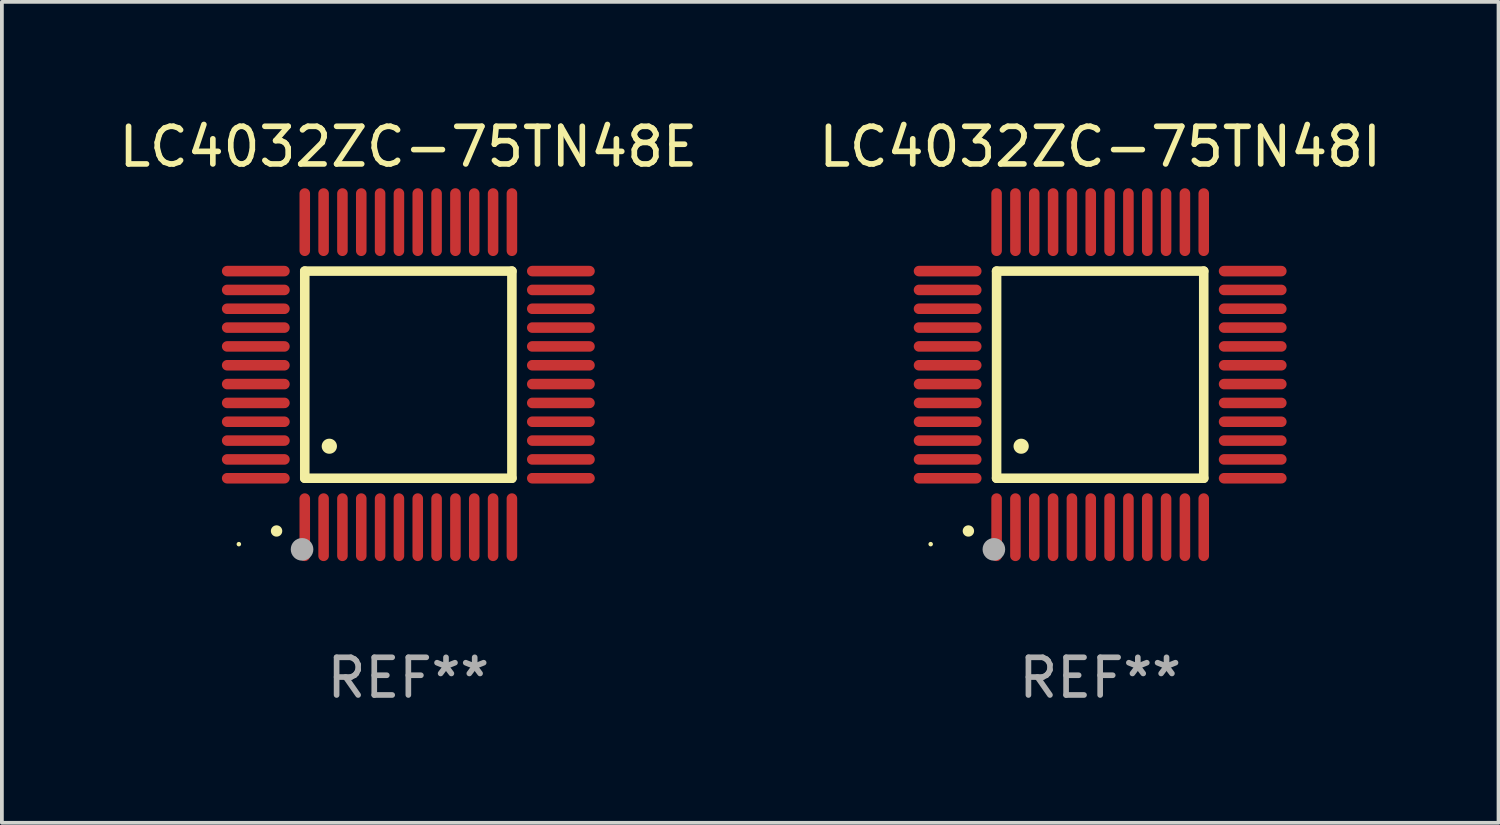
<source format=kicad_pcb>
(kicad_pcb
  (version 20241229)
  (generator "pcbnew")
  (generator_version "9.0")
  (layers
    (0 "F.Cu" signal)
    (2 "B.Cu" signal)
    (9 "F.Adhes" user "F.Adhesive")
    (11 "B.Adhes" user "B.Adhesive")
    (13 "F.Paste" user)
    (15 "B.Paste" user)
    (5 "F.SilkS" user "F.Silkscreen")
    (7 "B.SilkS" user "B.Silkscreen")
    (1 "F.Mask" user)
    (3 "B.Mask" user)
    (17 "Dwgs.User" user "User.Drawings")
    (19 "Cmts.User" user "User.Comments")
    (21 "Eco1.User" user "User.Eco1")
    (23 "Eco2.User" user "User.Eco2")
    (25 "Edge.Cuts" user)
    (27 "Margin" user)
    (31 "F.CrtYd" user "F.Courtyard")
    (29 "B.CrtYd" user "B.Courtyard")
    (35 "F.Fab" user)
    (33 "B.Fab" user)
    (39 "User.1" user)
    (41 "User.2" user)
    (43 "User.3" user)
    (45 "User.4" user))
  (footprint "LC4032ZC-75TN48E"
    (layer "F.Cu")
    (at 7.792 6.898)
    (property "Reference" "LC4032ZC-75TN48E" (at 0 -6.05 0) (layer "F.SilkS") (effects (font (size 1 1) (thickness 0.15))))
    (attr through_hole)
    (fp_line (start -2.75 -2.75) (end 2.75 -2.75) (stroke (width 0.254) (type solid)) (layer "F.SilkS"))
    (fp_line (start -2.75 2.75) (end -2.75 -2.75) (stroke (width 0.254) (type solid)) (layer "F.SilkS"))
    (fp_line (start 2.75 -2.75) (end 2.75 2.75) (stroke (width 0.254) (type solid)) (layer "F.SilkS"))
    (fp_line (start 2.75 2.75) (end -2.75 2.75) (stroke (width 0.254) (type solid)) (layer "F.SilkS"))
    (fp_arc (start -3.500127 4.150368) (mid -3.498857 4.150363) (end -3.497587 4.150368) (stroke (width 0.3) (type solid)) (layer "F.SilkS"))
    (fp_arc (start -2.100584 1.899924) (mid -2.098044 1.899908) (end -2.095504 1.899924) (stroke (width 0.4) (type solid)) (layer "F.SilkS"))
    (fp_circle (center -4.5 4.5) (end -4.47 4.5) (stroke (width 0.06) (type solid)) (fill no) (layer "F.SilkS"))
    (fp_circle (center -2.822 4.638) (end -2.672 4.638) (stroke (width 0.3) (type solid)) (fill no) (layer "F.Fab"))
    (fp_text user "REF**" (at 0 8.05 0) (layer "F.Fab") (effects (font (size 1 1) (thickness 0.15))))
    (pad "1" smd oval (at -2.75 4.05) (size 0.28 1.8) (layers "F.Cu" "F.Mask" "F.Paste"))
    (pad "2" smd oval (at -2.25 4.05) (size 0.28 1.8) (layers "F.Cu" "F.Mask" "F.Paste"))
    (pad "3" smd oval (at -1.75 4.05) (size 0.28 1.8) (layers "F.Cu" "F.Mask" "F.Paste"))
    (pad "4" smd oval (at -1.25 4.05) (size 0.28 1.8) (layers "F.Cu" "F.Mask" "F.Paste"))
    (pad "5" smd oval (at -0.75 4.05) (size 0.28 1.8) (layers "F.Cu" "F.Mask" "F.Paste"))
    (pad "6" smd oval (at -0.25 4.05) (size 0.28 1.8) (layers "F.Cu" "F.Mask" "F.Paste"))
    (pad "7" smd oval (at 0.25 4.05) (size 0.28 1.8) (layers "F.Cu" "F.Mask" "F.Paste"))
    (pad "8" smd oval (at 0.75 4.05) (size 0.28 1.8) (layers "F.Cu" "F.Mask" "F.Paste"))
    (pad "9" smd oval (at 1.25 4.05) (size 0.28 1.8) (layers "F.Cu" "F.Mask" "F.Paste"))
    (pad "10" smd oval (at 1.75 4.05) (size 0.28 1.8) (layers "F.Cu" "F.Mask" "F.Paste"))
    (pad "11" smd oval (at 2.25 4.05) (size 0.28 1.8) (layers "F.Cu" "F.Mask" "F.Paste"))
    (pad "12" smd oval (at 2.75 4.05) (size 0.28 1.8) (layers "F.Cu" "F.Mask" "F.Paste"))
    (pad "13" smd oval (at 4.05 2.75) (size 1.8 0.28) (layers "F.Cu" "F.Mask" "F.Paste"))
    (pad "14" smd oval (at 4.05 2.25) (size 1.8 0.28) (layers "F.Cu" "F.Mask" "F.Paste"))
    (pad "15" smd oval (at 4.05 1.75) (size 1.8 0.28) (layers "F.Cu" "F.Mask" "F.Paste"))
    (pad "16" smd oval (at 4.05 1.25) (size 1.8 0.28) (layers "F.Cu" "F.Mask" "F.Paste"))
    (pad "17" smd oval (at 4.05 0.75) (size 1.8 0.28) (layers "F.Cu" "F.Mask" "F.Paste"))
    (pad "18" smd oval (at 4.05 0.25) (size 1.8 0.28) (layers "F.Cu" "F.Mask" "F.Paste"))
    (pad "19" smd oval (at 4.05 -0.25) (size 1.8 0.28) (layers "F.Cu" "F.Mask" "F.Paste"))
    (pad "20" smd oval (at 4.05 -0.75) (size 1.8 0.28) (layers "F.Cu" "F.Mask" "F.Paste"))
    (pad "21" smd oval (at 4.05 -1.25) (size 1.8 0.28) (layers "F.Cu" "F.Mask" "F.Paste"))
    (pad "22" smd oval (at 4.05 -1.75) (size 1.8 0.28) (layers "F.Cu" "F.Mask" "F.Paste"))
    (pad "23" smd oval (at 4.05 -2.25) (size 1.8 0.28) (layers "F.Cu" "F.Mask" "F.Paste"))
    (pad "24" smd oval (at 4.05 -2.75) (size 1.8 0.28) (layers "F.Cu" "F.Mask" "F.Paste"))
    (pad "25" smd oval (at 2.75 -4.05) (size 0.28 1.8) (layers "F.Cu" "F.Mask" "F.Paste"))
    (pad "26" smd oval (at 2.25 -4.05) (size 0.28 1.8) (layers "F.Cu" "F.Mask" "F.Paste"))
    (pad "27" smd oval (at 1.75 -4.05) (size 0.28 1.8) (layers "F.Cu" "F.Mask" "F.Paste"))
    (pad "28" smd oval (at 1.25 -4.05) (size 0.28 1.8) (layers "F.Cu" "F.Mask" "F.Paste"))
    (pad "29" smd oval (at 0.75 -4.05) (size 0.28 1.8) (layers "F.Cu" "F.Mask" "F.Paste"))
    (pad "30" smd oval (at 0.25 -4.05) (size 0.28 1.8) (layers "F.Cu" "F.Mask" "F.Paste"))
    (pad "31" smd oval (at -0.25 -4.05) (size 0.28 1.8) (layers "F.Cu" "F.Mask" "F.Paste"))
    (pad "32" smd oval (at -0.75 -4.05) (size 0.28 1.8) (layers "F.Cu" "F.Mask" "F.Paste"))
    (pad "33" smd oval (at -1.25 -4.05) (size 0.28 1.8) (layers "F.Cu" "F.Mask" "F.Paste"))
    (pad "34" smd oval (at -1.75 -4.05) (size 0.28 1.8) (layers "F.Cu" "F.Mask" "F.Paste"))
    (pad "35" smd oval (at -2.25 -4.05) (size 0.28 1.8) (layers "F.Cu" "F.Mask" "F.Paste"))
    (pad "36" smd oval (at -2.75 -4.05) (size 0.28 1.8) (layers "F.Cu" "F.Mask" "F.Paste"))
    (pad "37" smd oval (at -4.05 -2.75) (size 1.8 0.28) (layers "F.Cu" "F.Mask" "F.Paste"))
    (pad "38" smd oval (at -4.05 -2.25) (size 1.8 0.28) (layers "F.Cu" "F.Mask" "F.Paste"))
    (pad "39" smd oval (at -4.05 -1.75) (size 1.8 0.28) (layers "F.Cu" "F.Mask" "F.Paste"))
    (pad "40" smd oval (at -4.05 -1.25) (size 1.8 0.28) (layers "F.Cu" "F.Mask" "F.Paste"))
    (pad "41" smd oval (at -4.05 -0.75) (size 1.8 0.28) (layers "F.Cu" "F.Mask" "F.Paste"))
    (pad "42" smd oval (at -4.05 -0.25) (size 1.8 0.28) (layers "F.Cu" "F.Mask" "F.Paste"))
    (pad "43" smd oval (at -4.05 0.25) (size 1.8 0.28) (layers "F.Cu" "F.Mask" "F.Paste"))
    (pad "44" smd oval (at -4.05 0.75) (size 1.8 0.28) (layers "F.Cu" "F.Mask" "F.Paste"))
    (pad "45" smd oval (at -4.05 1.25) (size 1.8 0.28) (layers "F.Cu" "F.Mask" "F.Paste"))
    (pad "46" smd oval (at -4.05 1.75) (size 1.8 0.28) (layers "F.Cu" "F.Mask" "F.Paste"))
    (pad "47" smd oval (at -4.05 2.25) (size 1.8 0.28) (layers "F.Cu" "F.Mask" "F.Paste"))
    (pad "48" smd oval (at -4.05 2.75) (size 1.8 0.28) (layers "F.Cu" "F.Mask" "F.Paste")))
  (footprint "LC4032ZC-75TN48I"
    (layer "F.Cu")
    (at 26.161 6.898)
    (property "Reference" "LC4032ZC-75TN48I" (at 0 -6.05 0) (layer "F.SilkS") (effects (font (size 1 1) (thickness 0.15))))
    (attr through_hole)
    (fp_line (start -2.75 -2.75) (end 2.75 -2.75) (stroke (width 0.254) (type solid)) (layer "F.SilkS"))
    (fp_line (start -2.75 2.75) (end -2.75 -2.75) (stroke (width 0.254) (type solid)) (layer "F.SilkS"))
    (fp_line (start 2.75 -2.75) (end 2.75 2.75) (stroke (width 0.254) (type solid)) (layer "F.SilkS"))
    (fp_line (start 2.75 2.75) (end -2.75 2.75) (stroke (width 0.254) (type solid)) (layer "F.SilkS"))
    (fp_arc (start -3.500127 4.150368) (mid -3.498857 4.150363) (end -3.497587 4.150368) (stroke (width 0.3) (type solid)) (layer "F.SilkS"))
    (fp_arc (start -2.100584 1.899924) (mid -2.098044 1.899908) (end -2.095504 1.899924) (stroke (width 0.4) (type solid)) (layer "F.SilkS"))
    (fp_circle (center -4.5 4.5) (end -4.47 4.5) (stroke (width 0.06) (type solid)) (fill no) (layer "F.SilkS"))
    (fp_circle (center -2.822 4.638) (end -2.672 4.638) (stroke (width 0.3) (type solid)) (fill no) (layer "F.Fab"))
    (fp_text user "REF**" (at 0 8.05 0) (layer "F.Fab") (effects (font (size 1 1) (thickness 0.15))))
    (pad "1" smd oval (at -2.75 4.05) (size 0.28 1.8) (layers "F.Cu" "F.Mask" "F.Paste"))
    (pad "2" smd oval (at -2.25 4.05) (size 0.28 1.8) (layers "F.Cu" "F.Mask" "F.Paste"))
    (pad "3" smd oval (at -1.75 4.05) (size 0.28 1.8) (layers "F.Cu" "F.Mask" "F.Paste"))
    (pad "4" smd oval (at -1.25 4.05) (size 0.28 1.8) (layers "F.Cu" "F.Mask" "F.Paste"))
    (pad "5" smd oval (at -0.75 4.05) (size 0.28 1.8) (layers "F.Cu" "F.Mask" "F.Paste"))
    (pad "6" smd oval (at -0.25 4.05) (size 0.28 1.8) (layers "F.Cu" "F.Mask" "F.Paste"))
    (pad "7" smd oval (at 0.25 4.05) (size 0.28 1.8) (layers "F.Cu" "F.Mask" "F.Paste"))
    (pad "8" smd oval (at 0.75 4.05) (size 0.28 1.8) (layers "F.Cu" "F.Mask" "F.Paste"))
    (pad "9" smd oval (at 1.25 4.05) (size 0.28 1.8) (layers "F.Cu" "F.Mask" "F.Paste"))
    (pad "10" smd oval (at 1.75 4.05) (size 0.28 1.8) (layers "F.Cu" "F.Mask" "F.Paste"))
    (pad "11" smd oval (at 2.25 4.05) (size 0.28 1.8) (layers "F.Cu" "F.Mask" "F.Paste"))
    (pad "12" smd oval (at 2.75 4.05) (size 0.28 1.8) (layers "F.Cu" "F.Mask" "F.Paste"))
    (pad "13" smd oval (at 4.05 2.75) (size 1.8 0.28) (layers "F.Cu" "F.Mask" "F.Paste"))
    (pad "14" smd oval (at 4.05 2.25) (size 1.8 0.28) (layers "F.Cu" "F.Mask" "F.Paste"))
    (pad "15" smd oval (at 4.05 1.75) (size 1.8 0.28) (layers "F.Cu" "F.Mask" "F.Paste"))
    (pad "16" smd oval (at 4.05 1.25) (size 1.8 0.28) (layers "F.Cu" "F.Mask" "F.Paste"))
    (pad "17" smd oval (at 4.05 0.75) (size 1.8 0.28) (layers "F.Cu" "F.Mask" "F.Paste"))
    (pad "18" smd oval (at 4.05 0.25) (size 1.8 0.28) (layers "F.Cu" "F.Mask" "F.Paste"))
    (pad "19" smd oval (at 4.05 -0.25) (size 1.8 0.28) (layers "F.Cu" "F.Mask" "F.Paste"))
    (pad "20" smd oval (at 4.05 -0.75) (size 1.8 0.28) (layers "F.Cu" "F.Mask" "F.Paste"))
    (pad "21" smd oval (at 4.05 -1.25) (size 1.8 0.28) (layers "F.Cu" "F.Mask" "F.Paste"))
    (pad "22" smd oval (at 4.05 -1.75) (size 1.8 0.28) (layers "F.Cu" "F.Mask" "F.Paste"))
    (pad "23" smd oval (at 4.05 -2.25) (size 1.8 0.28) (layers "F.Cu" "F.Mask" "F.Paste"))
    (pad "24" smd oval (at 4.05 -2.75) (size 1.8 0.28) (layers "F.Cu" "F.Mask" "F.Paste"))
    (pad "25" smd oval (at 2.75 -4.05) (size 0.28 1.8) (layers "F.Cu" "F.Mask" "F.Paste"))
    (pad "26" smd oval (at 2.25 -4.05) (size 0.28 1.8) (layers "F.Cu" "F.Mask" "F.Paste"))
    (pad "27" smd oval (at 1.75 -4.05) (size 0.28 1.8) (layers "F.Cu" "F.Mask" "F.Paste"))
    (pad "28" smd oval (at 1.25 -4.05) (size 0.28 1.8) (layers "F.Cu" "F.Mask" "F.Paste"))
    (pad "29" smd oval (at 0.75 -4.05) (size 0.28 1.8) (layers "F.Cu" "F.Mask" "F.Paste"))
    (pad "30" smd oval (at 0.25 -4.05) (size 0.28 1.8) (layers "F.Cu" "F.Mask" "F.Paste"))
    (pad "31" smd oval (at -0.25 -4.05) (size 0.28 1.8) (layers "F.Cu" "F.Mask" "F.Paste"))
    (pad "32" smd oval (at -0.75 -4.05) (size 0.28 1.8) (layers "F.Cu" "F.Mask" "F.Paste"))
    (pad "33" smd oval (at -1.25 -4.05) (size 0.28 1.8) (layers "F.Cu" "F.Mask" "F.Paste"))
    (pad "34" smd oval (at -1.75 -4.05) (size 0.28 1.8) (layers "F.Cu" "F.Mask" "F.Paste"))
    (pad "35" smd oval (at -2.25 -4.05) (size 0.28 1.8) (layers "F.Cu" "F.Mask" "F.Paste"))
    (pad "36" smd oval (at -2.75 -4.05) (size 0.28 1.8) (layers "F.Cu" "F.Mask" "F.Paste"))
    (pad "37" smd oval (at -4.05 -2.75) (size 1.8 0.28) (layers "F.Cu" "F.Mask" "F.Paste"))
    (pad "38" smd oval (at -4.05 -2.25) (size 1.8 0.28) (layers "F.Cu" "F.Mask" "F.Paste"))
    (pad "39" smd oval (at -4.05 -1.75) (size 1.8 0.28) (layers "F.Cu" "F.Mask" "F.Paste"))
    (pad "40" smd oval (at -4.05 -1.25) (size 1.8 0.28) (layers "F.Cu" "F.Mask" "F.Paste"))
    (pad "41" smd oval (at -4.05 -0.75) (size 1.8 0.28) (layers "F.Cu" "F.Mask" "F.Paste"))
    (pad "42" smd oval (at -4.05 -0.25) (size 1.8 0.28) (layers "F.Cu" "F.Mask" "F.Paste"))
    (pad "43" smd oval (at -4.05 0.25) (size 1.8 0.28) (layers "F.Cu" "F.Mask" "F.Paste"))
    (pad "44" smd oval (at -4.05 0.75) (size 1.8 0.28) (layers "F.Cu" "F.Mask" "F.Paste"))
    (pad "45" smd oval (at -4.05 1.25) (size 1.8 0.28) (layers "F.Cu" "F.Mask" "F.Paste"))
    (pad "46" smd oval (at -4.05 1.75) (size 1.8 0.28) (layers "F.Cu" "F.Mask" "F.Paste"))
    (pad "47" smd oval (at -4.05 2.25) (size 1.8 0.28) (layers "F.Cu" "F.Mask" "F.Paste"))
    (pad "48" smd oval (at -4.05 2.75) (size 1.8 0.28) (layers "F.Cu" "F.Mask" "F.Paste")))
  (gr_rect
    (start -3 -3)
    (end 36.738 18.797)
    (stroke (width 0.1) (type default))
    (fill no)
    (layer "Edge.Cuts")))
</source>
